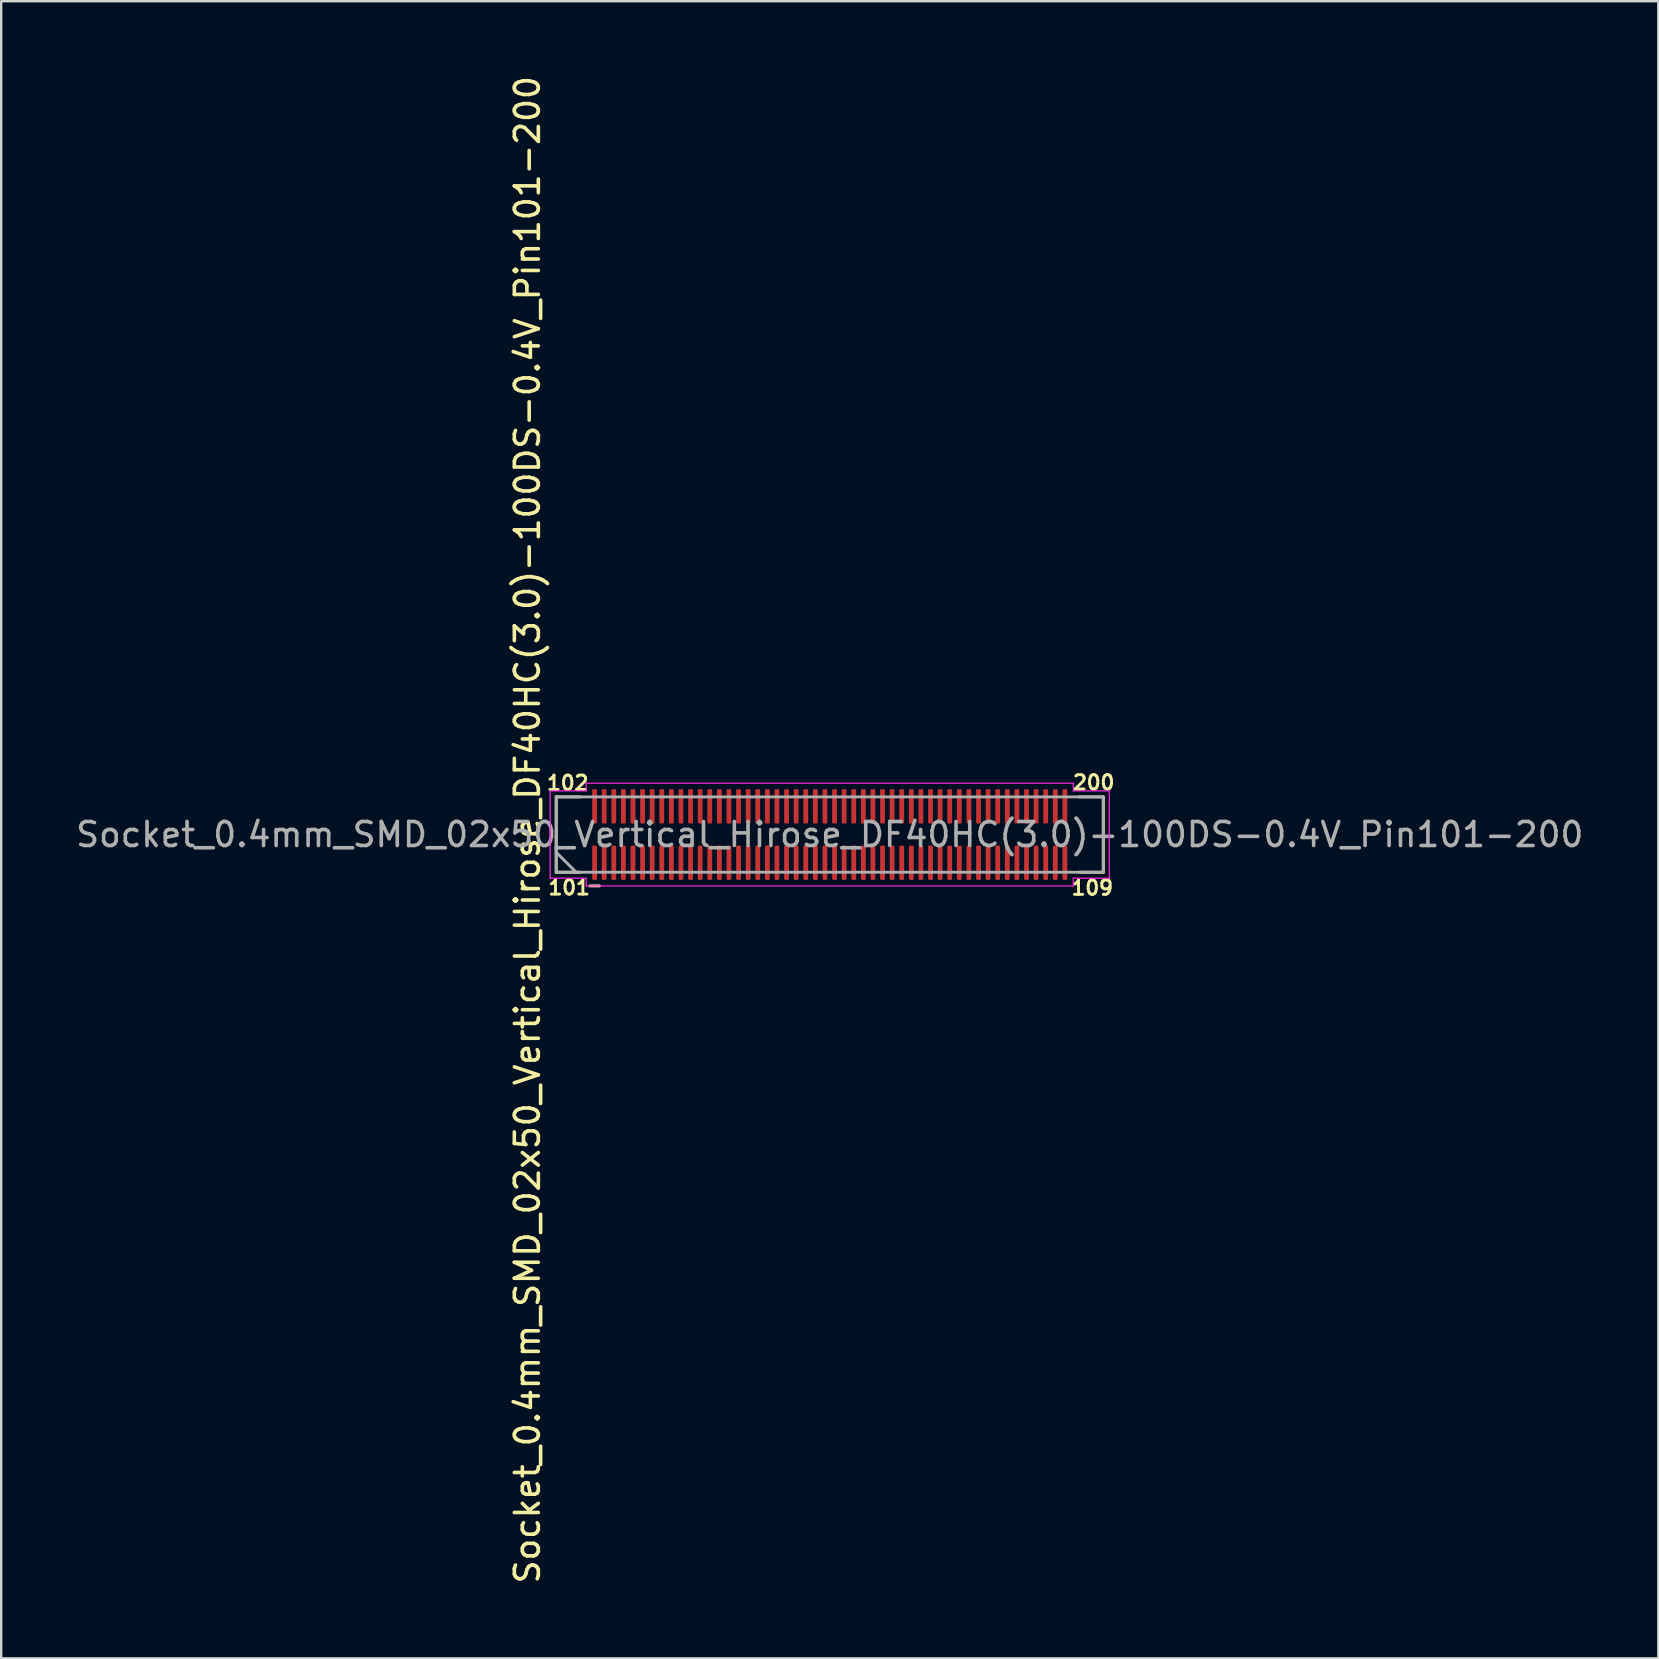
<source format=kicad_pcb>
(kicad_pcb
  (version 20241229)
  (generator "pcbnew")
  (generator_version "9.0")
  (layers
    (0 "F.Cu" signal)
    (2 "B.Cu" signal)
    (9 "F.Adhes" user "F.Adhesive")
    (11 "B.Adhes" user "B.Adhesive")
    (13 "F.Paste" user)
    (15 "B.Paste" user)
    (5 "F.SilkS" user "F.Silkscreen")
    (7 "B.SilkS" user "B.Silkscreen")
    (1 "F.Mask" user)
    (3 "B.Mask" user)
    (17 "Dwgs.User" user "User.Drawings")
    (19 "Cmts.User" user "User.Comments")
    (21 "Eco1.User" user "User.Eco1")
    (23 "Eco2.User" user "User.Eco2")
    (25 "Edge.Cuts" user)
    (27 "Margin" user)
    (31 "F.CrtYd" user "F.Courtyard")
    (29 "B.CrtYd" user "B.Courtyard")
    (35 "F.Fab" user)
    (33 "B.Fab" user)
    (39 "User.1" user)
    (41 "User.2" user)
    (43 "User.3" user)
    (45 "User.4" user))
  (footprint "Socket_0.4mm_SMD_02x50_Vertical_Hirose_DF40HC(3.0)-100DS-0.4V_Pin101-200"
    (layer "F.Cu")
    (at 31.53 31.73)
    (property "Reference" "Socket_0.4mm_SMD_02x50_Vertical_Hirose_DF40HC(3.0)-100DS-0.4V_Pin101-200" (at -12.6 -0.2 270) (layer "F.SilkS") (effects (font (size 1 1) (thickness 0.15))))
    (attr smd)
    (fp_line (start -11.4 -1.57) (end -11.4 1.57) (stroke (width 0.12) (type solid)) (layer "F.SilkS"))
    (fp_line (start -11.4 -1.57) (end -10.4 -1.57) (stroke (width 0.12) (type solid)) (layer "F.SilkS"))
    (fp_line (start -11.4 1.57) (end -10.4 1.57) (stroke (width 0.12) (type solid)) (layer "F.SilkS"))
    (fp_line (start -10 2.14) (end -9.6 2.14) (stroke (width 0.12) (type default)) (layer "F.SilkS"))
    (fp_line (start 11.4 -1.57) (end 10.4 -1.57) (stroke (width 0.12) (type solid)) (layer "F.SilkS"))
    (fp_line (start 11.4 1.57) (end 10.4 1.57) (stroke (width 0.12) (type solid)) (layer "F.SilkS"))
    (fp_line (start 11.4 1.57) (end 11.4 -1.57) (stroke (width 0.12) (type solid)) (layer "F.SilkS"))
    (fp_line (start -11.65 -1.82) (end -11.65 1.82) (stroke (width 0.05) (type default)) (layer "F.CrtYd"))
    (fp_line (start -11.65 1.82) (end -10.15 1.82) (stroke (width 0.05) (type default)) (layer "F.CrtYd"))
    (fp_line (start -10.15 -2.14) (end -10.15 -1.82) (stroke (width 0.05) (type default)) (layer "F.CrtYd"))
    (fp_line (start -10.15 -1.82) (end -11.65 -1.82) (stroke (width 0.05) (type default)) (layer "F.CrtYd"))
    (fp_line (start -10.15 1.82) (end -10.15 2.14) (stroke (width 0.05) (type default)) (layer "F.CrtYd"))
    (fp_line (start -10.15 2.14) (end 10.15 2.14) (stroke (width 0.05) (type default)) (layer "F.CrtYd"))
    (fp_line (start 10.15 -2.14) (end -10.15 -2.14) (stroke (width 0.05) (type default)) (layer "F.CrtYd"))
    (fp_line (start 10.15 -1.82) (end 10.15 -2.14) (stroke (width 0.05) (type default)) (layer "F.CrtYd"))
    (fp_line (start 10.15 1.82) (end 11.65 1.82) (stroke (width 0.05) (type default)) (layer "F.CrtYd"))
    (fp_line (start 10.15 2.14) (end 10.15 1.82) (stroke (width 0.05) (type default)) (layer "F.CrtYd"))
    (fp_line (start 11.65 -1.82) (end 10.15 -1.82) (stroke (width 0.05) (type default)) (layer "F.CrtYd"))
    (fp_line (start 11.65 1.82) (end 11.65 -1.82) (stroke (width 0.05) (type default)) (layer "F.CrtYd"))
    (fp_line (start -10.57 1.57) (end -11.4 0.74) (stroke (width 0.12) (type default)) (layer "F.Fab"))
    (fp_rect (start -11.4 1.57) (end 11.4 -1.57) (stroke (width 0.12) (type default)) (fill no) (layer "F.Fab"))
    (fp_text user "101" (at -10.86 2.21 180) (layer "F.SilkS") (effects (font (size 0.6 0.6) (thickness 0.12))))
    (fp_text user "102" (at -10.92 -2.15 0) (layer "F.SilkS") (effects (font (size 0.6 0.6) (thickness 0.12))))
    (fp_text user "109" (at 10.94 2.22 0) (layer "F.SilkS") (effects (font (size 0.6 0.6) (thickness 0.12))))
    (fp_text user "200" (at 11 -2.17 0) (layer "F.SilkS") (effects (font (size 0.6 0.6) (thickness 0.12))))
    (fp_text user "${REFERENCE}" (at 0 0 0) (layer "F.Fab") (effects (font (size 1 1) (thickness 0.15))))
    (pad "" smd roundrect (at -9.8 -1.54) (size 0.2 0.7) (layers "F.Mask") (roundrect_rratio 0.25))
    (pad "" smd roundrect (at -9.8 -1.54) (size 0.2 0.7) (layers "F.Paste") (roundrect_rratio 0.25))
    (pad "" smd roundrect (at -9.8 1.54) (size 0.2 0.7) (layers "F.Mask") (roundrect_rratio 0.25))
    (pad "" smd roundrect (at -9.8 1.54) (size 0.2 0.7) (layers "F.Paste") (roundrect_rratio 0.25))
    (pad "" smd roundrect (at -9.4 -1.54) (size 0.2 0.7) (layers "F.Mask") (roundrect_rratio 0.25))
    (pad "" smd roundrect (at -9.4 -1.54) (size 0.2 0.7) (layers "F.Paste") (roundrect_rratio 0.25))
    (pad "" smd roundrect (at -9.4 1.54) (size 0.2 0.7) (layers "F.Mask") (roundrect_rratio 0.25))
    (pad "" smd roundrect (at -9.4 1.54) (size 0.2 0.7) (layers "F.Paste") (roundrect_rratio 0.25))
    (pad "" smd roundrect (at -9 -1.54) (size 0.2 0.7) (layers "F.Mask") (roundrect_rratio 0.25))
    (pad "" smd roundrect (at -9 -1.54) (size 0.2 0.7) (layers "F.Paste") (roundrect_rratio 0.25))
    (pad "" smd roundrect (at -9 1.54) (size 0.2 0.7) (layers "F.Mask") (roundrect_rratio 0.25))
    (pad "" smd roundrect (at -9 1.54) (size 0.2 0.7) (layers "F.Paste") (roundrect_rratio 0.25))
    (pad "" smd roundrect (at -8.6 -1.54) (size 0.2 0.7) (layers "F.Mask") (roundrect_rratio 0.25))
    (pad "" smd roundrect (at -8.6 -1.54) (size 0.2 0.7) (layers "F.Paste") (roundrect_rratio 0.25))
    (pad "" smd roundrect (at -8.6 1.54) (size 0.2 0.7) (layers "F.Mask") (roundrect_rratio 0.25))
    (pad "" smd roundrect (at -8.6 1.54) (size 0.2 0.7) (layers "F.Paste") (roundrect_rratio 0.25))
    (pad "" smd roundrect (at -8.2 -1.54) (size 0.2 0.7) (layers "F.Mask") (roundrect_rratio 0.25))
    (pad "" smd roundrect (at -8.2 -1.54) (size 0.2 0.7) (layers "F.Paste") (roundrect_rratio 0.25))
    (pad "" smd roundrect (at -8.2 1.54) (size 0.2 0.7) (layers "F.Mask") (roundrect_rratio 0.25))
    (pad "" smd roundrect (at -8.2 1.54) (size 0.2 0.7) (layers "F.Paste") (roundrect_rratio 0.25))
    (pad "" smd roundrect (at -7.8 -1.54) (size 0.2 0.7) (layers "F.Mask") (roundrect_rratio 0.25))
    (pad "" smd roundrect (at -7.8 -1.54) (size 0.2 0.7) (layers "F.Paste") (roundrect_rratio 0.25))
    (pad "" smd roundrect (at -7.8 1.54) (size 0.2 0.7) (layers "F.Mask") (roundrect_rratio 0.25))
    (pad "" smd roundrect (at -7.8 1.54) (size 0.2 0.7) (layers "F.Paste") (roundrect_rratio 0.25))
    (pad "" smd roundrect (at -7.4 -1.54) (size 0.2 0.7) (layers "F.Mask") (roundrect_rratio 0.25))
    (pad "" smd roundrect (at -7.4 -1.54) (size 0.2 0.7) (layers "F.Paste") (roundrect_rratio 0.25))
    (pad "" smd roundrect (at -7.4 1.54) (size 0.2 0.7) (layers "F.Mask") (roundrect_rratio 0.25))
    (pad "" smd roundrect (at -7.4 1.54) (size 0.2 0.7) (layers "F.Paste") (roundrect_rratio 0.25))
    (pad "" smd roundrect (at -7 -1.54) (size 0.2 0.7) (layers "F.Mask") (roundrect_rratio 0.25))
    (pad "" smd roundrect (at -7 -1.54) (size 0.2 0.7) (layers "F.Paste") (roundrect_rratio 0.25))
    (pad "" smd roundrect (at -7 1.54) (size 0.2 0.7) (layers "F.Mask") (roundrect_rratio 0.25))
    (pad "" smd roundrect (at -7 1.54) (size 0.2 0.7) (layers "F.Paste") (roundrect_rratio 0.25))
    (pad "" smd roundrect (at -6.6 -1.54) (size 0.2 0.7) (layers "F.Mask") (roundrect_rratio 0.25))
    (pad "" smd roundrect (at -6.6 -1.54) (size 0.2 0.7) (layers "F.Paste") (roundrect_rratio 0.25))
    (pad "" smd roundrect (at -6.6 1.54) (size 0.2 0.7) (layers "F.Mask") (roundrect_rratio 0.25))
    (pad "" smd roundrect (at -6.6 1.54) (size 0.2 0.7) (layers "F.Paste") (roundrect_rratio 0.25))
    (pad "" smd roundrect (at -6.2 -1.54) (size 0.2 0.7) (layers "F.Mask") (roundrect_rratio 0.25))
    (pad "" smd roundrect (at -6.2 -1.54) (size 0.2 0.7) (layers "F.Paste") (roundrect_rratio 0.25))
    (pad "" smd roundrect (at -6.2 1.54) (size 0.2 0.7) (layers "F.Mask") (roundrect_rratio 0.25))
    (pad "" smd roundrect (at -6.2 1.54) (size 0.2 0.7) (layers "F.Paste") (roundrect_rratio 0.25))
    (pad "" smd roundrect (at -5.8 -1.54) (size 0.2 0.7) (layers "F.Mask") (roundrect_rratio 0.25))
    (pad "" smd roundrect (at -5.8 -1.54) (size 0.2 0.7) (layers "F.Paste") (roundrect_rratio 0.25))
    (pad "" smd roundrect (at -5.8 1.54) (size 0.2 0.7) (layers "F.Mask") (roundrect_rratio 0.25))
    (pad "" smd roundrect (at -5.8 1.54) (size 0.2 0.7) (layers "F.Paste") (roundrect_rratio 0.25))
    (pad "" smd roundrect (at -5.4 -1.54) (size 0.2 0.7) (layers "F.Mask") (roundrect_rratio 0.25))
    (pad "" smd roundrect (at -5.4 -1.54) (size 0.2 0.7) (layers "F.Paste") (roundrect_rratio 0.25))
    (pad "" smd roundrect (at -5.4 1.54) (size 0.2 0.7) (layers "F.Mask") (roundrect_rratio 0.25))
    (pad "" smd roundrect (at -5.4 1.54) (size 0.2 0.7) (layers "F.Paste") (roundrect_rratio 0.25))
    (pad "" smd roundrect (at -5 -1.54) (size 0.2 0.7) (layers "F.Mask") (roundrect_rratio 0.25))
    (pad "" smd roundrect (at -5 -1.54) (size 0.2 0.7) (layers "F.Paste") (roundrect_rratio 0.25))
    (pad "" smd roundrect (at -5 1.54) (size 0.2 0.7) (layers "F.Mask") (roundrect_rratio 0.25))
    (pad "" smd roundrect (at -5 1.54) (size 0.2 0.7) (layers "F.Paste") (roundrect_rratio 0.25))
    (pad "" smd roundrect (at -4.6 -1.54) (size 0.2 0.7) (layers "F.Mask") (roundrect_rratio 0.25))
    (pad "" smd roundrect (at -4.6 -1.54) (size 0.2 0.7) (layers "F.Paste") (roundrect_rratio 0.25))
    (pad "" smd roundrect (at -4.6 1.54) (size 0.2 0.7) (layers "F.Mask") (roundrect_rratio 0.25))
    (pad "" smd roundrect (at -4.6 1.54) (size 0.2 0.7) (layers "F.Paste") (roundrect_rratio 0.25))
    (pad "" smd roundrect (at -4.2 -1.54) (size 0.2 0.7) (layers "F.Mask") (roundrect_rratio 0.25))
    (pad "" smd roundrect (at -4.2 -1.54) (size 0.2 0.7) (layers "F.Paste") (roundrect_rratio 0.25))
    (pad "" smd roundrect (at -4.2 1.54) (size 0.2 0.7) (layers "F.Mask") (roundrect_rratio 0.25))
    (pad "" smd roundrect (at -4.2 1.54) (size 0.2 0.7) (layers "F.Paste") (roundrect_rratio 0.25))
    (pad "" smd roundrect (at -3.8 -1.54) (size 0.2 0.7) (layers "F.Mask") (roundrect_rratio 0.25))
    (pad "" smd roundrect (at -3.8 -1.54) (size 0.2 0.7) (layers "F.Paste") (roundrect_rratio 0.25))
    (pad "" smd roundrect (at -3.8 1.54) (size 0.2 0.7) (layers "F.Mask") (roundrect_rratio 0.25))
    (pad "" smd roundrect (at -3.8 1.54) (size 0.2 0.7) (layers "F.Paste") (roundrect_rratio 0.25))
    (pad "" smd roundrect (at -3.4 -1.54) (size 0.2 0.7) (layers "F.Mask") (roundrect_rratio 0.25))
    (pad "" smd roundrect (at -3.4 -1.54) (size 0.2 0.7) (layers "F.Paste") (roundrect_rratio 0.25))
    (pad "" smd roundrect (at -3.4 1.54) (size 0.2 0.7) (layers "F.Mask") (roundrect_rratio 0.25))
    (pad "" smd roundrect (at -3.4 1.54) (size 0.2 0.7) (layers "F.Paste") (roundrect_rratio 0.25))
    (pad "" smd roundrect (at -3 -1.54) (size 0.2 0.7) (layers "F.Mask") (roundrect_rratio 0.25))
    (pad "" smd roundrect (at -3 -1.54) (size 0.2 0.7) (layers "F.Paste") (roundrect_rratio 0.25))
    (pad "" smd roundrect (at -3 1.54) (size 0.2 0.7) (layers "F.Mask") (roundrect_rratio 0.25))
    (pad "" smd roundrect (at -3 1.54) (size 0.2 0.7) (layers "F.Paste") (roundrect_rratio 0.25))
    (pad "" smd roundrect (at -2.6 -1.54) (size 0.2 0.7) (layers "F.Mask") (roundrect_rratio 0.25))
    (pad "" smd roundrect (at -2.6 -1.54) (size 0.2 0.7) (layers "F.Paste") (roundrect_rratio 0.25))
    (pad "" smd roundrect (at -2.6 1.54) (size 0.2 0.7) (layers "F.Mask") (roundrect_rratio 0.25))
    (pad "" smd roundrect (at -2.6 1.54) (size 0.2 0.7) (layers "F.Paste") (roundrect_rratio 0.25))
    (pad "" smd roundrect (at -2.2 -1.54) (size 0.2 0.7) (layers "F.Mask") (roundrect_rratio 0.25))
    (pad "" smd roundrect (at -2.2 -1.54) (size 0.2 0.7) (layers "F.Paste") (roundrect_rratio 0.25))
    (pad "" smd roundrect (at -2.2 1.54) (size 0.2 0.7) (layers "F.Mask") (roundrect_rratio 0.25))
    (pad "" smd roundrect (at -2.2 1.54) (size 0.2 0.7) (layers "F.Paste") (roundrect_rratio 0.25))
    (pad "" smd roundrect (at -1.8 -1.54) (size 0.2 0.7) (layers "F.Mask") (roundrect_rratio 0.25))
    (pad "" smd roundrect (at -1.8 -1.54) (size 0.2 0.7) (layers "F.Paste") (roundrect_rratio 0.25))
    (pad "" smd roundrect (at -1.8 1.54) (size 0.2 0.7) (layers "F.Mask") (roundrect_rratio 0.25))
    (pad "" smd roundrect (at -1.8 1.54) (size 0.2 0.7) (layers "F.Paste") (roundrect_rratio 0.25))
    (pad "" smd roundrect (at -1.4 -1.54) (size 0.2 0.7) (layers "F.Mask") (roundrect_rratio 0.25))
    (pad "" smd roundrect (at -1.4 -1.54) (size 0.2 0.7) (layers "F.Paste") (roundrect_rratio 0.25))
    (pad "" smd roundrect (at -1.4 1.54) (size 0.2 0.7) (layers "F.Mask") (roundrect_rratio 0.25))
    (pad "" smd roundrect (at -1.4 1.54) (size 0.2 0.7) (layers "F.Paste") (roundrect_rratio 0.25))
    (pad "" smd roundrect (at -1 -1.54) (size 0.2 0.7) (layers "F.Mask") (roundrect_rratio 0.25))
    (pad "" smd roundrect (at -1 -1.54) (size 0.2 0.7) (layers "F.Paste") (roundrect_rratio 0.25))
    (pad "" smd roundrect (at -1 1.54) (size 0.2 0.7) (layers "F.Mask") (roundrect_rratio 0.25))
    (pad "" smd roundrect (at -1 1.54) (size 0.2 0.7) (layers "F.Paste") (roundrect_rratio 0.25))
    (pad "" smd roundrect (at -0.6 -1.54) (size 0.2 0.7) (layers "F.Mask") (roundrect_rratio 0.25))
    (pad "" smd roundrect (at -0.6 -1.54) (size 0.2 0.7) (layers "F.Paste") (roundrect_rratio 0.25))
    (pad "" smd roundrect (at -0.6 1.54) (size 0.2 0.7) (layers "F.Mask") (roundrect_rratio 0.25))
    (pad "" smd roundrect (at -0.6 1.54) (size 0.2 0.7) (layers "F.Paste") (roundrect_rratio 0.25))
    (pad "" smd roundrect (at -0.2 -1.54) (size 0.2 0.7) (layers "F.Mask") (roundrect_rratio 0.25))
    (pad "" smd roundrect (at -0.2 -1.54) (size 0.2 0.7) (layers "F.Paste") (roundrect_rratio 0.25))
    (pad "" smd roundrect (at -0.2 1.54) (size 0.2 0.7) (layers "F.Mask") (roundrect_rratio 0.25))
    (pad "" smd roundrect (at -0.2 1.54) (size 0.2 0.7) (layers "F.Paste") (roundrect_rratio 0.25))
    (pad "" smd roundrect (at 0.2 -1.54) (size 0.2 0.7) (layers "F.Mask") (roundrect_rratio 0.25))
    (pad "" smd roundrect (at 0.2 -1.54) (size 0.2 0.7) (layers "F.Paste") (roundrect_rratio 0.25))
    (pad "" smd roundrect (at 0.2 1.54) (size 0.2 0.7) (layers "F.Mask") (roundrect_rratio 0.25))
    (pad "" smd roundrect (at 0.2 1.54) (size 0.2 0.7) (layers "F.Paste") (roundrect_rratio 0.25))
    (pad "" smd roundrect (at 0.6 -1.54) (size 0.2 0.7) (layers "F.Mask") (roundrect_rratio 0.25))
    (pad "" smd roundrect (at 0.6 -1.54) (size 0.2 0.7) (layers "F.Paste") (roundrect_rratio 0.25))
    (pad "" smd roundrect (at 0.6 1.54) (size 0.2 0.7) (layers "F.Mask") (roundrect_rratio 0.25))
    (pad "" smd roundrect (at 0.6 1.54) (size 0.2 0.7) (layers "F.Paste") (roundrect_rratio 0.25))
    (pad "" smd roundrect (at 1 -1.54) (size 0.2 0.7) (layers "F.Mask") (roundrect_rratio 0.25))
    (pad "" smd roundrect (at 1 -1.54) (size 0.2 0.7) (layers "F.Paste") (roundrect_rratio 0.25))
    (pad "" smd roundrect (at 1 1.54) (size 0.2 0.7) (layers "F.Mask") (roundrect_rratio 0.25))
    (pad "" smd roundrect (at 1 1.54) (size 0.2 0.7) (layers "F.Paste") (roundrect_rratio 0.25))
    (pad "" smd roundrect (at 1.4 -1.54) (size 0.2 0.7) (layers "F.Mask") (roundrect_rratio 0.25))
    (pad "" smd roundrect (at 1.4 -1.54) (size 0.2 0.7) (layers "F.Paste") (roundrect_rratio 0.25))
    (pad "" smd roundrect (at 1.4 1.54) (size 0.2 0.7) (layers "F.Mask") (roundrect_rratio 0.25))
    (pad "" smd roundrect (at 1.4 1.54) (size 0.2 0.7) (layers "F.Paste") (roundrect_rratio 0.25))
    (pad "" smd roundrect (at 1.8 -1.54) (size 0.2 0.7) (layers "F.Mask") (roundrect_rratio 0.25))
    (pad "" smd roundrect (at 1.8 -1.54) (size 0.2 0.7) (layers "F.Paste") (roundrect_rratio 0.25))
    (pad "" smd roundrect (at 1.8 1.54) (size 0.2 0.7) (layers "F.Mask") (roundrect_rratio 0.25))
    (pad "" smd roundrect (at 1.8 1.54) (size 0.2 0.7) (layers "F.Paste") (roundrect_rratio 0.25))
    (pad "" smd roundrect (at 2.2 -1.54) (size 0.2 0.7) (layers "F.Mask") (roundrect_rratio 0.25))
    (pad "" smd roundrect (at 2.2 -1.54) (size 0.2 0.7) (layers "F.Paste") (roundrect_rratio 0.25))
    (pad "" smd roundrect (at 2.2 1.54) (size 0.2 0.7) (layers "F.Mask") (roundrect_rratio 0.25))
    (pad "" smd roundrect (at 2.2 1.54) (size 0.2 0.7) (layers "F.Paste") (roundrect_rratio 0.25))
    (pad "" smd roundrect (at 2.6 -1.54) (size 0.2 0.7) (layers "F.Mask") (roundrect_rratio 0.25))
    (pad "" smd roundrect (at 2.6 -1.54) (size 0.2 0.7) (layers "F.Paste") (roundrect_rratio 0.25))
    (pad "" smd roundrect (at 2.6 1.54) (size 0.2 0.7) (layers "F.Mask") (roundrect_rratio 0.25))
    (pad "" smd roundrect (at 2.6 1.54) (size 0.2 0.7) (layers "F.Paste") (roundrect_rratio 0.25))
    (pad "" smd roundrect (at 3 -1.54) (size 0.2 0.7) (layers "F.Mask") (roundrect_rratio 0.25))
    (pad "" smd roundrect (at 3 -1.54) (size 0.2 0.7) (layers "F.Paste") (roundrect_rratio 0.25))
    (pad "" smd roundrect (at 3 1.54) (size 0.2 0.7) (layers "F.Mask") (roundrect_rratio 0.25))
    (pad "" smd roundrect (at 3 1.54) (size 0.2 0.7) (layers "F.Paste") (roundrect_rratio 0.25))
    (pad "" smd roundrect (at 3.4 -1.54) (size 0.2 0.7) (layers "F.Mask") (roundrect_rratio 0.25))
    (pad "" smd roundrect (at 3.4 -1.54) (size 0.2 0.7) (layers "F.Paste") (roundrect_rratio 0.25))
    (pad "" smd roundrect (at 3.4 1.54) (size 0.2 0.7) (layers "F.Mask") (roundrect_rratio 0.25))
    (pad "" smd roundrect (at 3.4 1.54) (size 0.2 0.7) (layers "F.Paste") (roundrect_rratio 0.25))
    (pad "" smd roundrect (at 3.8 -1.54) (size 0.2 0.7) (layers "F.Mask") (roundrect_rratio 0.25))
    (pad "" smd roundrect (at 3.8 -1.54) (size 0.2 0.7) (layers "F.Paste") (roundrect_rratio 0.25))
    (pad "" smd roundrect (at 3.8 1.54) (size 0.2 0.7) (layers "F.Mask") (roundrect_rratio 0.25))
    (pad "" smd roundrect (at 3.8 1.54) (size 0.2 0.7) (layers "F.Paste") (roundrect_rratio 0.25))
    (pad "" smd roundrect (at 4.2 -1.54) (size 0.2 0.7) (layers "F.Mask") (roundrect_rratio 0.25))
    (pad "" smd roundrect (at 4.2 -1.54) (size 0.2 0.7) (layers "F.Paste") (roundrect_rratio 0.25))
    (pad "" smd roundrect (at 4.2 1.54) (size 0.2 0.7) (layers "F.Mask") (roundrect_rratio 0.25))
    (pad "" smd roundrect (at 4.2 1.54) (size 0.2 0.7) (layers "F.Paste") (roundrect_rratio 0.25))
    (pad "" smd roundrect (at 4.6 -1.54) (size 0.2 0.7) (layers "F.Mask") (roundrect_rratio 0.25))
    (pad "" smd roundrect (at 4.6 -1.54) (size 0.2 0.7) (layers "F.Paste") (roundrect_rratio 0.25))
    (pad "" smd roundrect (at 4.6 1.54) (size 0.2 0.7) (layers "F.Mask") (roundrect_rratio 0.25))
    (pad "" smd roundrect (at 4.6 1.54) (size 0.2 0.7) (layers "F.Paste") (roundrect_rratio 0.25))
    (pad "" smd roundrect (at 5 -1.54) (size 0.2 0.7) (layers "F.Mask") (roundrect_rratio 0.25))
    (pad "" smd roundrect (at 5 -1.54) (size 0.2 0.7) (layers "F.Paste") (roundrect_rratio 0.25))
    (pad "" smd roundrect (at 5 1.54) (size 0.2 0.7) (layers "F.Mask") (roundrect_rratio 0.25))
    (pad "" smd roundrect (at 5 1.54) (size 0.2 0.7) (layers "F.Paste") (roundrect_rratio 0.25))
    (pad "" smd roundrect (at 5.4 -1.54) (size 0.2 0.7) (layers "F.Mask") (roundrect_rratio 0.25))
    (pad "" smd roundrect (at 5.4 -1.54) (size 0.2 0.7) (layers "F.Paste") (roundrect_rratio 0.25))
    (pad "" smd roundrect (at 5.4 1.54) (size 0.2 0.7) (layers "F.Mask") (roundrect_rratio 0.25))
    (pad "" smd roundrect (at 5.4 1.54) (size 0.2 0.7) (layers "F.Paste") (roundrect_rratio 0.25))
    (pad "" smd roundrect (at 5.8 -1.54) (size 0.2 0.7) (layers "F.Mask") (roundrect_rratio 0.25))
    (pad "" smd roundrect (at 5.8 -1.54) (size 0.2 0.7) (layers "F.Paste") (roundrect_rratio 0.25))
    (pad "" smd roundrect (at 5.8 1.54) (size 0.2 0.7) (layers "F.Mask") (roundrect_rratio 0.25))
    (pad "" smd roundrect (at 5.8 1.54) (size 0.2 0.7) (layers "F.Paste") (roundrect_rratio 0.25))
    (pad "" smd roundrect (at 6.2 -1.54) (size 0.2 0.7) (layers "F.Mask") (roundrect_rratio 0.25))
    (pad "" smd roundrect (at 6.2 -1.54) (size 0.2 0.7) (layers "F.Paste") (roundrect_rratio 0.25))
    (pad "" smd roundrect (at 6.2 1.54) (size 0.2 0.7) (layers "F.Mask") (roundrect_rratio 0.25))
    (pad "" smd roundrect (at 6.2 1.54) (size 0.2 0.7) (layers "F.Paste") (roundrect_rratio 0.25))
    (pad "" smd roundrect (at 6.6 -1.54) (size 0.2 0.7) (layers "F.Mask") (roundrect_rratio 0.25))
    (pad "" smd roundrect (at 6.6 -1.54) (size 0.2 0.7) (layers "F.Paste") (roundrect_rratio 0.25))
    (pad "" smd roundrect (at 6.6 1.54) (size 0.2 0.7) (layers "F.Mask") (roundrect_rratio 0.25))
    (pad "" smd roundrect (at 6.6 1.54) (size 0.2 0.7) (layers "F.Paste") (roundrect_rratio 0.25))
    (pad "" smd roundrect (at 7 -1.54) (size 0.2 0.7) (layers "F.Mask") (roundrect_rratio 0.25))
    (pad "" smd roundrect (at 7 -1.54) (size 0.2 0.7) (layers "F.Paste") (roundrect_rratio 0.25))
    (pad "" smd roundrect (at 7 1.54) (size 0.2 0.7) (layers "F.Mask") (roundrect_rratio 0.25))
    (pad "" smd roundrect (at 7 1.54) (size 0.2 0.7) (layers "F.Paste") (roundrect_rratio 0.25))
    (pad "" smd roundrect (at 7.4 -1.54) (size 0.2 0.7) (layers "F.Mask") (roundrect_rratio 0.25))
    (pad "" smd roundrect (at 7.4 -1.54) (size 0.2 0.7) (layers "F.Paste") (roundrect_rratio 0.25))
    (pad "" smd roundrect (at 7.4 1.54) (size 0.2 0.7) (layers "F.Mask") (roundrect_rratio 0.25))
    (pad "" smd roundrect (at 7.4 1.54) (size 0.2 0.7) (layers "F.Paste") (roundrect_rratio 0.25))
    (pad "" smd roundrect (at 7.8 -1.54) (size 0.2 0.7) (layers "F.Mask") (roundrect_rratio 0.25))
    (pad "" smd roundrect (at 7.8 -1.54) (size 0.2 0.7) (layers "F.Paste") (roundrect_rratio 0.25))
    (pad "" smd roundrect (at 7.8 1.54) (size 0.2 0.7) (layers "F.Mask") (roundrect_rratio 0.25))
    (pad "" smd roundrect (at 7.8 1.54) (size 0.2 0.7) (layers "F.Paste") (roundrect_rratio 0.25))
    (pad "" smd roundrect (at 8.2 -1.54) (size 0.2 0.7) (layers "F.Mask") (roundrect_rratio 0.25))
    (pad "" smd roundrect (at 8.2 -1.54) (size 0.2 0.7) (layers "F.Paste") (roundrect_rratio 0.25))
    (pad "" smd roundrect (at 8.2 1.54) (size 0.2 0.7) (layers "F.Mask") (roundrect_rratio 0.25))
    (pad "" smd roundrect (at 8.2 1.54) (size 0.2 0.7) (layers "F.Paste") (roundrect_rratio 0.25))
    (pad "" smd roundrect (at 8.6 -1.54) (size 0.2 0.7) (layers "F.Mask") (roundrect_rratio 0.25))
    (pad "" smd roundrect (at 8.6 -1.54) (size 0.2 0.7) (layers "F.Paste") (roundrect_rratio 0.25))
    (pad "" smd roundrect (at 8.6 1.54) (size 0.2 0.7) (layers "F.Mask") (roundrect_rratio 0.25))
    (pad "" smd roundrect (at 8.6 1.54) (size 0.2 0.7) (layers "F.Paste") (roundrect_rratio 0.25))
    (pad "" smd roundrect (at 9 -1.54) (size 0.2 0.7) (layers "F.Mask") (roundrect_rratio 0.25))
    (pad "" smd roundrect (at 9 -1.54) (size 0.2 0.7) (layers "F.Paste") (roundrect_rratio 0.25))
    (pad "" smd roundrect (at 9 1.54) (size 0.2 0.7) (layers "F.Mask") (roundrect_rratio 0.25))
    (pad "" smd roundrect (at 9 1.54) (size 0.2 0.7) (layers "F.Paste") (roundrect_rratio 0.25))
    (pad "" smd roundrect (at 9.4 -1.54) (size 0.2 0.7) (layers "F.Mask") (roundrect_rratio 0.25))
    (pad "" smd roundrect (at 9.4 -1.54) (size 0.2 0.7) (layers "F.Paste") (roundrect_rratio 0.25))
    (pad "" smd roundrect (at 9.4 1.54) (size 0.2 0.7) (layers "F.Mask") (roundrect_rratio 0.25))
    (pad "" smd roundrect (at 9.4 1.54) (size 0.2 0.7) (layers "F.Paste") (roundrect_rratio 0.25))
    (pad "" smd roundrect (at 9.8 -1.54) (size 0.2 0.7) (layers "F.Mask") (roundrect_rratio 0.25))
    (pad "" smd roundrect (at 9.8 -1.54) (size 0.2 0.7) (layers "F.Paste") (roundrect_rratio 0.25))
    (pad "" smd roundrect (at 9.8 1.54) (size 0.2 0.7) (layers "F.Mask") (roundrect_rratio 0.25))
    (pad "" smd roundrect (at 9.8 1.54) (size 0.2 0.7) (layers "F.Paste") (roundrect_rratio 0.25))
    (pad "101" smd roundrect (at -9.8 1.175) (size 0.2 1.43) (layers "F.Cu") (roundrect_rratio 0.25))
    (pad "102" smd roundrect (at -9.8 -1.175) (size 0.2 1.43) (layers "F.Cu") (roundrect_rratio 0.25))
    (pad "103" smd roundrect (at -9.4 1.175) (size 0.2 1.43) (layers "F.Cu") (roundrect_rratio 0.25))
    (pad "104" smd roundrect (at -9.4 -1.175) (size 0.2 1.43) (layers "F.Cu") (roundrect_rratio 0.25))
    (pad "105" smd roundrect (at -9 1.175) (size 0.2 1.43) (layers "F.Cu") (roundrect_rratio 0.25))
    (pad "106" smd roundrect (at -9 -1.175) (size 0.2 1.43) (layers "F.Cu") (roundrect_rratio 0.25))
    (pad "107" smd roundrect (at -8.6 1.175) (size 0.2 1.43) (layers "F.Cu") (roundrect_rratio 0.25))
    (pad "108" smd roundrect (at -8.6 -1.175) (size 0.2 1.43) (layers "F.Cu") (roundrect_rratio 0.25))
    (pad "109" smd roundrect (at -8.2 1.175) (size 0.2 1.43) (layers "F.Cu") (roundrect_rratio 0.25))
    (pad "110" smd roundrect (at -8.2 -1.175) (size 0.2 1.43) (layers "F.Cu") (roundrect_rratio 0.25))
    (pad "111" smd roundrect (at -7.8 1.175) (size 0.2 1.43) (layers "F.Cu") (roundrect_rratio 0.25))
    (pad "112" smd roundrect (at -7.8 -1.175) (size 0.2 1.43) (layers "F.Cu") (roundrect_rratio 0.25))
    (pad "113" smd roundrect (at -7.4 1.175) (size 0.2 1.43) (layers "F.Cu") (roundrect_rratio 0.25))
    (pad "114" smd roundrect (at -7.4 -1.175) (size 0.2 1.43) (layers "F.Cu") (roundrect_rratio 0.25))
    (pad "115" smd roundrect (at -7 1.175) (size 0.2 1.43) (layers "F.Cu") (roundrect_rratio 0.25))
    (pad "116" smd roundrect (at -7 -1.175) (size 0.2 1.43) (layers "F.Cu") (roundrect_rratio 0.25))
    (pad "117" smd roundrect (at -6.6 1.175) (size 0.2 1.43) (layers "F.Cu") (roundrect_rratio 0.25))
    (pad "118" smd roundrect (at -6.6 -1.175) (size 0.2 1.43) (layers "F.Cu") (roundrect_rratio 0.25))
    (pad "119" smd roundrect (at -6.2 1.175) (size 0.2 1.43) (layers "F.Cu") (roundrect_rratio 0.25))
    (pad "120" smd roundrect (at -6.2 -1.175) (size 0.2 1.43) (layers "F.Cu") (roundrect_rratio 0.25))
    (pad "121" smd roundrect (at -5.8 1.175) (size 0.2 1.43) (layers "F.Cu") (roundrect_rratio 0.25))
    (pad "122" smd roundrect (at -5.8 -1.175) (size 0.2 1.43) (layers "F.Cu") (roundrect_rratio 0.25))
    (pad "123" smd roundrect (at -5.4 1.175) (size 0.2 1.43) (layers "F.Cu") (roundrect_rratio 0.25))
    (pad "124" smd roundrect (at -5.4 -1.175) (size 0.2 1.43) (layers "F.Cu") (roundrect_rratio 0.25))
    (pad "125" smd roundrect (at -5 1.175) (size 0.2 1.43) (layers "F.Cu") (roundrect_rratio 0.25))
    (pad "126" smd roundrect (at -5 -1.175) (size 0.2 1.43) (layers "F.Cu") (roundrect_rratio 0.25))
    (pad "127" smd roundrect (at -4.6 1.175) (size 0.2 1.43) (layers "F.Cu") (roundrect_rratio 0.25))
    (pad "128" smd roundrect (at -4.6 -1.175) (size 0.2 1.43) (layers "F.Cu") (roundrect_rratio 0.25))
    (pad "129" smd roundrect (at -4.2 1.175) (size 0.2 1.43) (layers "F.Cu") (roundrect_rratio 0.25))
    (pad "130" smd roundrect (at -4.2 -1.175) (size 0.2 1.43) (layers "F.Cu") (roundrect_rratio 0.25))
    (pad "131" smd roundrect (at -3.8 1.175) (size 0.2 1.43) (layers "F.Cu") (roundrect_rratio 0.25))
    (pad "132" smd roundrect (at -3.8 -1.175) (size 0.2 1.43) (layers "F.Cu") (roundrect_rratio 0.25))
    (pad "133" smd roundrect (at -3.4 1.175) (size 0.2 1.43) (layers "F.Cu") (roundrect_rratio 0.25))
    (pad "134" smd roundrect (at -3.4 -1.175) (size 0.2 1.43) (layers "F.Cu") (roundrect_rratio 0.25))
    (pad "135" smd roundrect (at -3 1.175) (size 0.2 1.43) (layers "F.Cu") (roundrect_rratio 0.25))
    (pad "136" smd roundrect (at -3 -1.175) (size 0.2 1.43) (layers "F.Cu") (roundrect_rratio 0.25))
    (pad "137" smd roundrect (at -2.6 1.175) (size 0.2 1.43) (layers "F.Cu") (roundrect_rratio 0.25))
    (pad "138" smd roundrect (at -2.6 -1.175) (size 0.2 1.43) (layers "F.Cu") (roundrect_rratio 0.25))
    (pad "139" smd roundrect (at -2.2 1.175) (size 0.2 1.43) (layers "F.Cu") (roundrect_rratio 0.25))
    (pad "140" smd roundrect (at -2.2 -1.175) (size 0.2 1.43) (layers "F.Cu") (roundrect_rratio 0.25))
    (pad "141" smd roundrect (at -1.8 1.175) (size 0.2 1.43) (layers "F.Cu") (roundrect_rratio 0.25))
    (pad "142" smd roundrect (at -1.8 -1.175) (size 0.2 1.43) (layers "F.Cu") (roundrect_rratio 0.25))
    (pad "143" smd roundrect (at -1.4 1.175) (size 0.2 1.43) (layers "F.Cu") (roundrect_rratio 0.25))
    (pad "144" smd roundrect (at -1.4 -1.175) (size 0.2 1.43) (layers "F.Cu") (roundrect_rratio 0.25))
    (pad "145" smd roundrect (at -1 1.175) (size 0.2 1.43) (layers "F.Cu") (roundrect_rratio 0.25))
    (pad "146" smd roundrect (at -1 -1.175) (size 0.2 1.43) (layers "F.Cu") (roundrect_rratio 0.25))
    (pad "147" smd roundrect (at -0.6 1.175) (size 0.2 1.43) (layers "F.Cu") (roundrect_rratio 0.25))
    (pad "148" smd roundrect (at -0.6 -1.175) (size 0.2 1.43) (layers "F.Cu") (roundrect_rratio 0.25))
    (pad "149" smd roundrect (at -0.2 1.175) (size 0.2 1.43) (layers "F.Cu") (roundrect_rratio 0.25))
    (pad "150" smd roundrect (at -0.2 -1.175) (size 0.2 1.43) (layers "F.Cu") (roundrect_rratio 0.25))
    (pad "151" smd roundrect (at 0.2 1.175) (size 0.2 1.43) (layers "F.Cu") (roundrect_rratio 0.25))
    (pad "152" smd roundrect (at 0.2 -1.175) (size 0.2 1.43) (layers "F.Cu") (roundrect_rratio 0.25))
    (pad "153" smd roundrect (at 0.6 1.175) (size 0.2 1.43) (layers "F.Cu") (roundrect_rratio 0.25))
    (pad "154" smd roundrect (at 0.6 -1.175) (size 0.2 1.43) (layers "F.Cu") (roundrect_rratio 0.25))
    (pad "155" smd roundrect (at 1 1.175) (size 0.2 1.43) (layers "F.Cu") (roundrect_rratio 0.25))
    (pad "156" smd roundrect (at 1 -1.175) (size 0.2 1.43) (layers "F.Cu") (roundrect_rratio 0.25))
    (pad "157" smd roundrect (at 1.4 1.175) (size 0.2 1.43) (layers "F.Cu") (roundrect_rratio 0.25))
    (pad "158" smd roundrect (at 1.4 -1.175) (size 0.2 1.43) (layers "F.Cu") (roundrect_rratio 0.25))
    (pad "159" smd roundrect (at 1.8 1.175) (size 0.2 1.43) (layers "F.Cu") (roundrect_rratio 0.25))
    (pad "160" smd roundrect (at 1.8 -1.175) (size 0.2 1.43) (layers "F.Cu") (roundrect_rratio 0.25))
    (pad "161" smd roundrect (at 2.2 1.175) (size 0.2 1.43) (layers "F.Cu") (roundrect_rratio 0.25))
    (pad "162" smd roundrect (at 2.2 -1.175) (size 0.2 1.43) (layers "F.Cu") (roundrect_rratio 0.25))
    (pad "163" smd roundrect (at 2.6 1.175) (size 0.2 1.43) (layers "F.Cu") (roundrect_rratio 0.25))
    (pad "164" smd roundrect (at 2.6 -1.175) (size 0.2 1.43) (layers "F.Cu") (roundrect_rratio 0.25))
    (pad "165" smd roundrect (at 3 1.175) (size 0.2 1.43) (layers "F.Cu") (roundrect_rratio 0.25))
    (pad "166" smd roundrect (at 3 -1.175) (size 0.2 1.43) (layers "F.Cu") (roundrect_rratio 0.25))
    (pad "167" smd roundrect (at 3.4 1.175) (size 0.2 1.43) (layers "F.Cu") (roundrect_rratio 0.25))
    (pad "168" smd roundrect (at 3.4 -1.175) (size 0.2 1.43) (layers "F.Cu") (roundrect_rratio 0.25))
    (pad "169" smd roundrect (at 3.8 1.175) (size 0.2 1.43) (layers "F.Cu") (roundrect_rratio 0.25))
    (pad "170" smd roundrect (at 3.8 -1.175) (size 0.2 1.43) (layers "F.Cu") (roundrect_rratio 0.25))
    (pad "171" smd roundrect (at 4.2 1.175) (size 0.2 1.43) (layers "F.Cu") (roundrect_rratio 0.25))
    (pad "172" smd roundrect (at 4.2 -1.175) (size 0.2 1.43) (layers "F.Cu") (roundrect_rratio 0.25))
    (pad "173" smd roundrect (at 4.6 1.175) (size 0.2 1.43) (layers "F.Cu") (roundrect_rratio 0.25))
    (pad "174" smd roundrect (at 4.6 -1.175) (size 0.2 1.43) (layers "F.Cu") (roundrect_rratio 0.25))
    (pad "175" smd roundrect (at 5 1.175) (size 0.2 1.43) (layers "F.Cu") (roundrect_rratio 0.25))
    (pad "176" smd roundrect (at 5 -1.175) (size 0.2 1.43) (layers "F.Cu") (roundrect_rratio 0.25))
    (pad "177" smd roundrect (at 5.4 1.175) (size 0.2 1.43) (layers "F.Cu") (roundrect_rratio 0.25))
    (pad "178" smd roundrect (at 5.4 -1.175) (size 0.2 1.43) (layers "F.Cu") (roundrect_rratio 0.25))
    (pad "179" smd roundrect (at 5.8 1.175) (size 0.2 1.43) (layers "F.Cu") (roundrect_rratio 0.25))
    (pad "180" smd roundrect (at 5.8 -1.175) (size 0.2 1.43) (layers "F.Cu") (roundrect_rratio 0.25))
    (pad "181" smd roundrect (at 6.2 1.175) (size 0.2 1.43) (layers "F.Cu") (roundrect_rratio 0.25))
    (pad "182" smd roundrect (at 6.2 -1.175) (size 0.2 1.43) (layers "F.Cu") (roundrect_rratio 0.25))
    (pad "183" smd roundrect (at 6.6 1.175) (size 0.2 1.43) (layers "F.Cu") (roundrect_rratio 0.25))
    (pad "184" smd roundrect (at 6.6 -1.175) (size 0.2 1.43) (layers "F.Cu") (roundrect_rratio 0.25))
    (pad "185" smd roundrect (at 7 1.175) (size 0.2 1.43) (layers "F.Cu") (roundrect_rratio 0.25))
    (pad "186" smd roundrect (at 7 -1.175) (size 0.2 1.43) (layers "F.Cu") (roundrect_rratio 0.25))
    (pad "187" smd roundrect (at 7.4 1.175) (size 0.2 1.43) (layers "F.Cu") (roundrect_rratio 0.25))
    (pad "188" smd roundrect (at 7.4 -1.175) (size 0.2 1.43) (layers "F.Cu") (roundrect_rratio 0.25))
    (pad "189" smd roundrect (at 7.8 1.175) (size 0.2 1.43) (layers "F.Cu") (roundrect_rratio 0.25))
    (pad "190" smd roundrect (at 7.8 -1.175) (size 0.2 1.43) (layers "F.Cu") (roundrect_rratio 0.25))
    (pad "191" smd roundrect (at 8.2 1.175) (size 0.2 1.43) (layers "F.Cu") (roundrect_rratio 0.25))
    (pad "192" smd roundrect (at 8.2 -1.175) (size 0.2 1.43) (layers "F.Cu") (roundrect_rratio 0.25))
    (pad "193" smd roundrect (at 8.6 1.175) (size 0.2 1.43) (layers "F.Cu") (roundrect_rratio 0.25))
    (pad "194" smd roundrect (at 8.6 -1.175) (size 0.2 1.43) (layers "F.Cu") (roundrect_rratio 0.25))
    (pad "195" smd roundrect (at 9 1.175) (size 0.2 1.43) (layers "F.Cu") (roundrect_rratio 0.25))
    (pad "196" smd roundrect (at 9 -1.175) (size 0.2 1.43) (layers "F.Cu") (roundrect_rratio 0.25))
    (pad "197" smd roundrect (at 9.4 1.175) (size 0.2 1.43) (layers "F.Cu") (roundrect_rratio 0.25))
    (pad "198" smd roundrect (at 9.4 -1.175) (size 0.2 1.43) (layers "F.Cu") (roundrect_rratio 0.25))
    (pad "199" smd roundrect (at 9.8 1.175) (size 0.2 1.43) (layers "F.Cu") (roundrect_rratio 0.25))
    (pad "200" smd roundrect (at 9.8 -1.175) (size 0.2 1.43) (layers "F.Cu") (roundrect_rratio 0.25)))
  (gr_rect
    (start -3 -3)
    (end 66.06 66.06)
    (stroke (width 0.1) (type default))
    (fill no)
    (layer "Edge.Cuts")))
</source>
